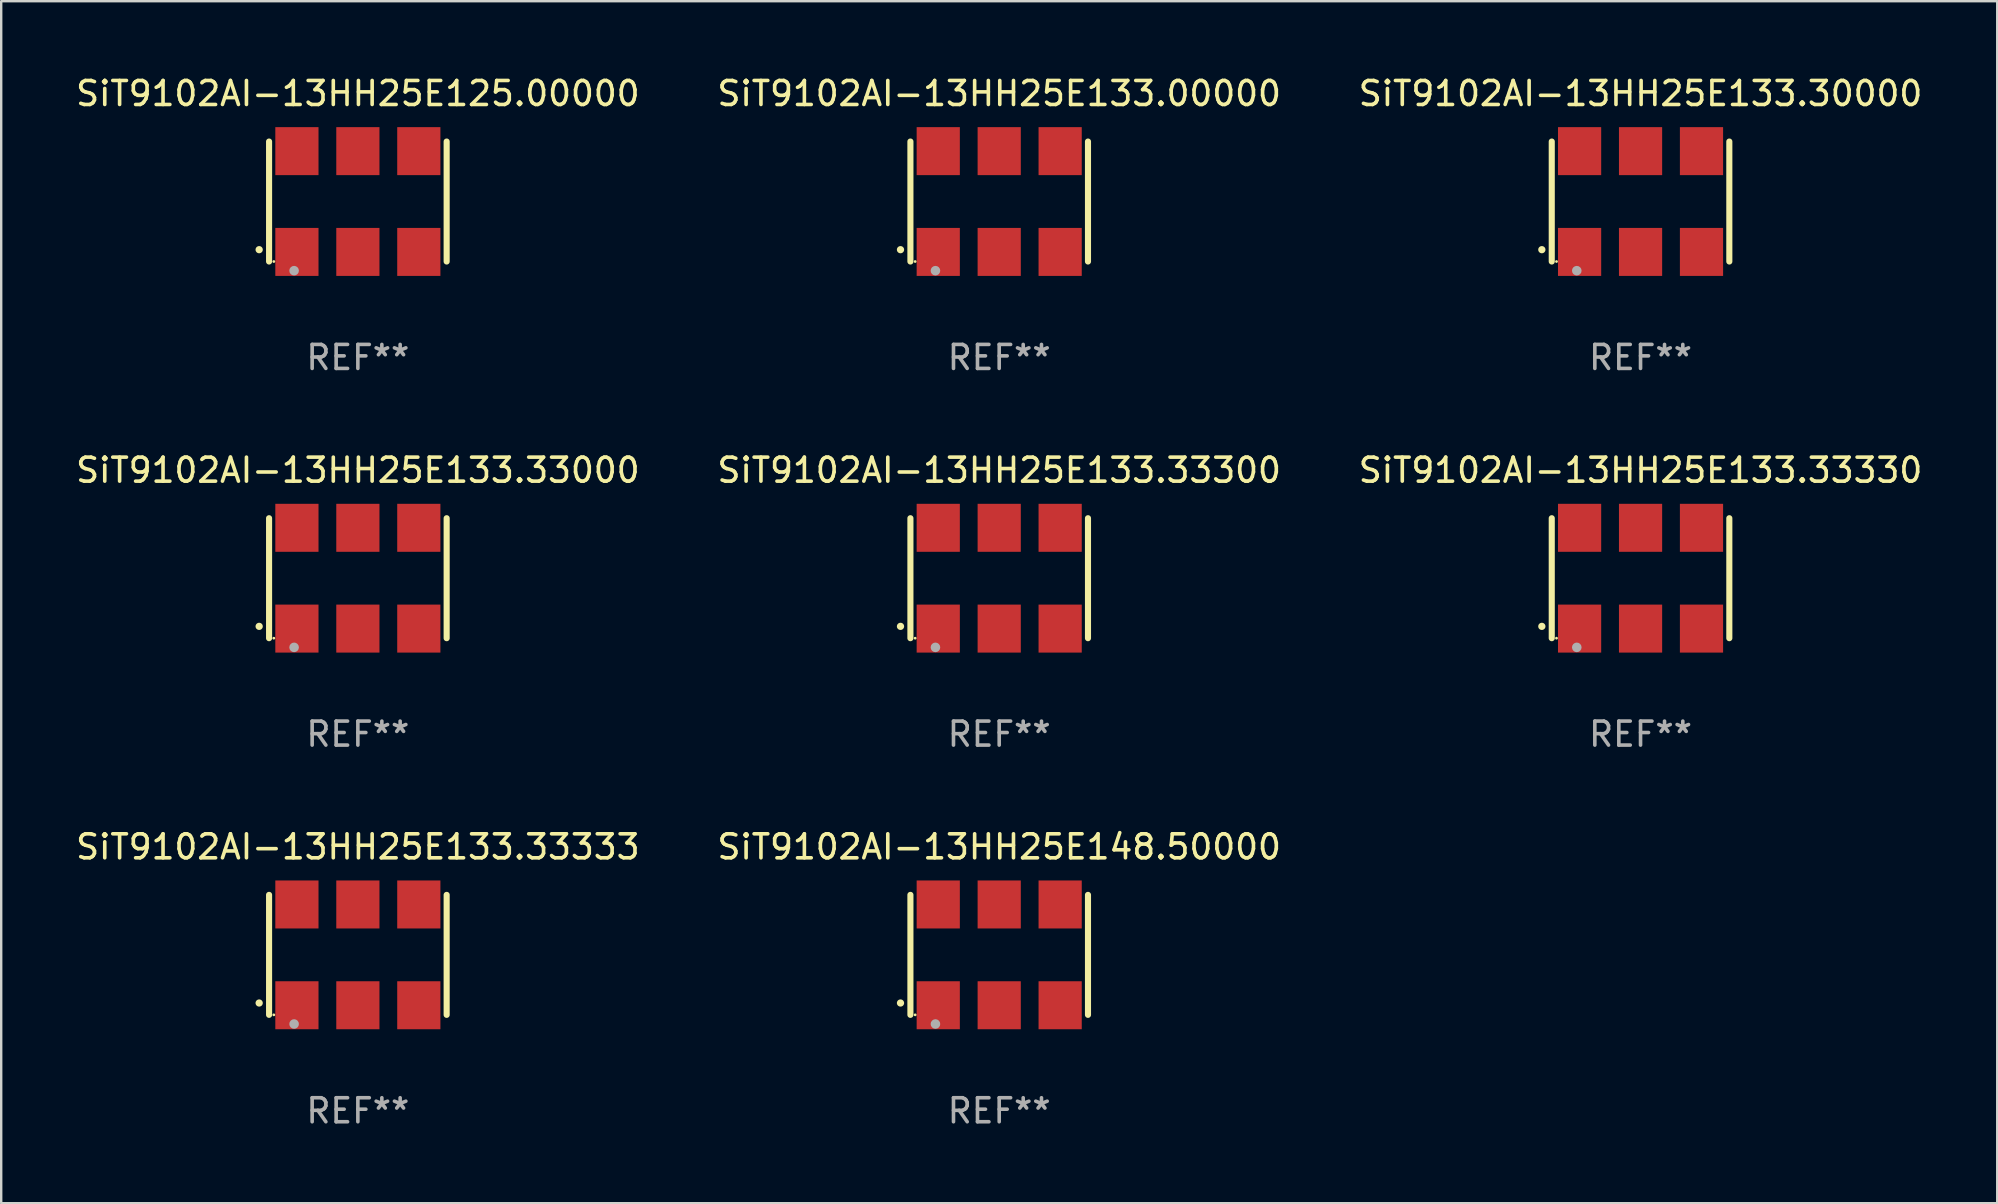
<source format=kicad_pcb>
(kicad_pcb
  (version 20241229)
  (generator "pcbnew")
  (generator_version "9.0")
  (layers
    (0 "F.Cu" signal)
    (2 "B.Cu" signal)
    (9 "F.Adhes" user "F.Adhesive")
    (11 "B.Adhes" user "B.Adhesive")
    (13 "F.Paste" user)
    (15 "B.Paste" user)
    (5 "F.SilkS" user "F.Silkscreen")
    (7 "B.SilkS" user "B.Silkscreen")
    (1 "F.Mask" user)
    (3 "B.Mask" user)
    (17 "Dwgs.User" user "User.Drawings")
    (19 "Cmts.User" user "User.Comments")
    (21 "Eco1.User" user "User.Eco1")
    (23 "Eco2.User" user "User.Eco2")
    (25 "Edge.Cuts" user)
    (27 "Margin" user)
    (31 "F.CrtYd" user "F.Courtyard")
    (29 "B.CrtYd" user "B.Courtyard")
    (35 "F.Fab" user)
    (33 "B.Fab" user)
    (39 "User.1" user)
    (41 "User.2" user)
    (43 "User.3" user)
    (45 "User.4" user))
  (footprint "SiT9102AI-13HH25E148.50000"
    (layer "F.Cu")
    (at 38.589 36.741)
    (property "Reference" "SiT9102AI-13HH25E148.50000" (at 0 -4.5 0) (layer "F.SilkS") (effects (font (size 1 1) (thickness 0.15))))
    (attr through_hole)
    (fp_line (start -3.7 -2.5) (end -3.7 2.5) (stroke (width 0.254) (type solid)) (layer "F.SilkS"))
    (fp_line (start 3.7 -2.5) (end 3.7 2.5) (stroke (width 0.254) (type solid)) (layer "F.SilkS"))
    (fp_arc (start -4.114415 2.006604) (mid -4.113145 2.006599) (end -4.111875 2.006604) (stroke (width 0.3) (type solid)) (layer "F.SilkS"))
    (fp_circle (center -3.502 2.5) (end -3.472 2.5) (stroke (width 0.06) (type solid)) (fill no) (layer "F.SilkS"))
    (fp_circle (center -2.657 2.882) (end -2.557 2.882) (stroke (width 0.2) (type solid)) (fill no) (layer "F.Fab"))
    (fp_text user "REF**" (at 0 6.5 0) (layer "F.Fab") (effects (font (size 1 1) (thickness 0.15))))
    (pad "1" smd rect (at -2.54 2.1) (size 1.8 2) (layers "F.Cu" "F.Mask" "F.Paste"))
    (pad "2" smd rect (at 0.000394 2.1) (size 1.8 2) (layers "F.Cu" "F.Mask" "F.Paste"))
    (pad "3" smd rect (at 2.54 2.1) (size 1.8 2) (layers "F.Cu" "F.Mask" "F.Paste"))
    (pad "4" smd rect (at 2.54 -2.1) (size 1.8 2) (layers "F.Cu" "F.Mask" "F.Paste"))
    (pad "5" smd rect (at 0.000394 -2.1) (size 1.8 2) (layers "F.Cu" "F.Mask" "F.Paste"))
    (pad "6" smd rect (at -2.54 -2.1) (size 1.8 2) (layers "F.Cu" "F.Mask" "F.Paste")))
  (footprint "SiT9102AI-13HH25E125.00000"
    (layer "F.Cu")
    (at 11.863 5.348)
    (property "Reference" "SiT9102AI-13HH25E125.00000" (at 0 -4.5 0) (layer "F.SilkS") (effects (font (size 1 1) (thickness 0.15))))
    (attr through_hole)
    (fp_line (start -3.7 -2.5) (end -3.7 2.5) (stroke (width 0.254) (type solid)) (layer "F.SilkS"))
    (fp_line (start 3.7 -2.5) (end 3.7 2.5) (stroke (width 0.254) (type solid)) (layer "F.SilkS"))
    (fp_arc (start -4.114415 2.006604) (mid -4.113145 2.006599) (end -4.111875 2.006604) (stroke (width 0.3) (type solid)) (layer "F.SilkS"))
    (fp_circle (center -3.502 2.5) (end -3.472 2.5) (stroke (width 0.06) (type solid)) (fill no) (layer "F.SilkS"))
    (fp_circle (center -2.657 2.882) (end -2.557 2.882) (stroke (width 0.2) (type solid)) (fill no) (layer "F.Fab"))
    (fp_text user "REF**" (at 0 6.5 0) (layer "F.Fab") (effects (font (size 1 1) (thickness 0.15))))
    (pad "1" smd rect (at -2.54 2.1) (size 1.8 2) (layers "F.Cu" "F.Mask" "F.Paste"))
    (pad "2" smd rect (at 0.000394 2.1) (size 1.8 2) (layers "F.Cu" "F.Mask" "F.Paste"))
    (pad "3" smd rect (at 2.54 2.1) (size 1.8 2) (layers "F.Cu" "F.Mask" "F.Paste"))
    (pad "4" smd rect (at 2.54 -2.1) (size 1.8 2) (layers "F.Cu" "F.Mask" "F.Paste"))
    (pad "5" smd rect (at 0.000394 -2.1) (size 1.8 2) (layers "F.Cu" "F.Mask" "F.Paste"))
    (pad "6" smd rect (at -2.54 -2.1) (size 1.8 2) (layers "F.Cu" "F.Mask" "F.Paste")))
  (footprint "SiT9102AI-13HH25E133.30000"
    (layer "F.Cu")
    (at 65.315 5.348)
    (property "Reference" "SiT9102AI-13HH25E133.30000" (at 0 -4.5 0) (layer "F.SilkS") (effects (font (size 1 1) (thickness 0.15))))
    (attr through_hole)
    (fp_line (start -3.7 -2.5) (end -3.7 2.5) (stroke (width 0.254) (type solid)) (layer "F.SilkS"))
    (fp_line (start 3.7 -2.5) (end 3.7 2.5) (stroke (width 0.254) (type solid)) (layer "F.SilkS"))
    (fp_arc (start -4.114415 2.006604) (mid -4.113145 2.006599) (end -4.111875 2.006604) (stroke (width 0.3) (type solid)) (layer "F.SilkS"))
    (fp_circle (center -3.502 2.5) (end -3.472 2.5) (stroke (width 0.06) (type solid)) (fill no) (layer "F.SilkS"))
    (fp_circle (center -2.657 2.882) (end -2.557 2.882) (stroke (width 0.2) (type solid)) (fill no) (layer "F.Fab"))
    (fp_text user "REF**" (at 0 6.5 0) (layer "F.Fab") (effects (font (size 1 1) (thickness 0.15))))
    (pad "1" smd rect (at -2.54 2.1) (size 1.8 2) (layers "F.Cu" "F.Mask" "F.Paste"))
    (pad "2" smd rect (at 0.000394 2.1) (size 1.8 2) (layers "F.Cu" "F.Mask" "F.Paste"))
    (pad "3" smd rect (at 2.54 2.1) (size 1.8 2) (layers "F.Cu" "F.Mask" "F.Paste"))
    (pad "4" smd rect (at 2.54 -2.1) (size 1.8 2) (layers "F.Cu" "F.Mask" "F.Paste"))
    (pad "5" smd rect (at 0.000394 -2.1) (size 1.8 2) (layers "F.Cu" "F.Mask" "F.Paste"))
    (pad "6" smd rect (at -2.54 -2.1) (size 1.8 2) (layers "F.Cu" "F.Mask" "F.Paste")))
  (footprint "SiT9102AI-13HH25E133.00000"
    (layer "F.Cu")
    (at 38.589 5.348)
    (property "Reference" "SiT9102AI-13HH25E133.00000" (at 0 -4.5 0) (layer "F.SilkS") (effects (font (size 1 1) (thickness 0.15))))
    (attr through_hole)
    (fp_line (start -3.7 -2.5) (end -3.7 2.5) (stroke (width 0.254) (type solid)) (layer "F.SilkS"))
    (fp_line (start 3.7 -2.5) (end 3.7 2.5) (stroke (width 0.254) (type solid)) (layer "F.SilkS"))
    (fp_arc (start -4.114415 2.006604) (mid -4.113145 2.006599) (end -4.111875 2.006604) (stroke (width 0.3) (type solid)) (layer "F.SilkS"))
    (fp_circle (center -3.502 2.5) (end -3.472 2.5) (stroke (width 0.06) (type solid)) (fill no) (layer "F.SilkS"))
    (fp_circle (center -2.657 2.882) (end -2.557 2.882) (stroke (width 0.2) (type solid)) (fill no) (layer "F.Fab"))
    (fp_text user "REF**" (at 0 6.5 0) (layer "F.Fab") (effects (font (size 1 1) (thickness 0.15))))
    (pad "1" smd rect (at -2.54 2.1) (size 1.8 2) (layers "F.Cu" "F.Mask" "F.Paste"))
    (pad "2" smd rect (at 0.000394 2.1) (size 1.8 2) (layers "F.Cu" "F.Mask" "F.Paste"))
    (pad "3" smd rect (at 2.54 2.1) (size 1.8 2) (layers "F.Cu" "F.Mask" "F.Paste"))
    (pad "4" smd rect (at 2.54 -2.1) (size 1.8 2) (layers "F.Cu" "F.Mask" "F.Paste"))
    (pad "5" smd rect (at 0.000394 -2.1) (size 1.8 2) (layers "F.Cu" "F.Mask" "F.Paste"))
    (pad "6" smd rect (at -2.54 -2.1) (size 1.8 2) (layers "F.Cu" "F.Mask" "F.Paste")))
  (footprint "SiT9102AI-13HH25E133.33000"
    (layer "F.Cu")
    (at 11.863 21.045)
    (property "Reference" "SiT9102AI-13HH25E133.33000" (at 0 -4.5 0) (layer "F.SilkS") (effects (font (size 1 1) (thickness 0.15))))
    (attr through_hole)
    (fp_line (start -3.7 -2.5) (end -3.7 2.5) (stroke (width 0.254) (type solid)) (layer "F.SilkS"))
    (fp_line (start 3.7 -2.5) (end 3.7 2.5) (stroke (width 0.254) (type solid)) (layer "F.SilkS"))
    (fp_arc (start -4.114415 2.006604) (mid -4.113145 2.006599) (end -4.111875 2.006604) (stroke (width 0.3) (type solid)) (layer "F.SilkS"))
    (fp_circle (center -3.502 2.5) (end -3.472 2.5) (stroke (width 0.06) (type solid)) (fill no) (layer "F.SilkS"))
    (fp_circle (center -2.657 2.882) (end -2.557 2.882) (stroke (width 0.2) (type solid)) (fill no) (layer "F.Fab"))
    (fp_text user "REF**" (at 0 6.5 0) (layer "F.Fab") (effects (font (size 1 1) (thickness 0.15))))
    (pad "1" smd rect (at -2.54 2.1) (size 1.8 2) (layers "F.Cu" "F.Mask" "F.Paste"))
    (pad "2" smd rect (at 0.000394 2.1) (size 1.8 2) (layers "F.Cu" "F.Mask" "F.Paste"))
    (pad "3" smd rect (at 2.54 2.1) (size 1.8 2) (layers "F.Cu" "F.Mask" "F.Paste"))
    (pad "4" smd rect (at 2.54 -2.1) (size 1.8 2) (layers "F.Cu" "F.Mask" "F.Paste"))
    (pad "5" smd rect (at 0.000394 -2.1) (size 1.8 2) (layers "F.Cu" "F.Mask" "F.Paste"))
    (pad "6" smd rect (at -2.54 -2.1) (size 1.8 2) (layers "F.Cu" "F.Mask" "F.Paste")))
  (footprint "SiT9102AI-13HH25E133.33333"
    (layer "F.Cu")
    (at 11.863 36.741)
    (property "Reference" "SiT9102AI-13HH25E133.33333" (at 0 -4.5 0) (layer "F.SilkS") (effects (font (size 1 1) (thickness 0.15))))
    (attr through_hole)
    (fp_line (start -3.7 -2.5) (end -3.7 2.5) (stroke (width 0.254) (type solid)) (layer "F.SilkS"))
    (fp_line (start 3.7 -2.5) (end 3.7 2.5) (stroke (width 0.254) (type solid)) (layer "F.SilkS"))
    (fp_arc (start -4.114415 2.006604) (mid -4.113145 2.006599) (end -4.111875 2.006604) (stroke (width 0.3) (type solid)) (layer "F.SilkS"))
    (fp_circle (center -3.502 2.5) (end -3.472 2.5) (stroke (width 0.06) (type solid)) (fill no) (layer "F.SilkS"))
    (fp_circle (center -2.657 2.882) (end -2.557 2.882) (stroke (width 0.2) (type solid)) (fill no) (layer "F.Fab"))
    (fp_text user "REF**" (at 0 6.5 0) (layer "F.Fab") (effects (font (size 1 1) (thickness 0.15))))
    (pad "1" smd rect (at -2.54 2.1) (size 1.8 2) (layers "F.Cu" "F.Mask" "F.Paste"))
    (pad "2" smd rect (at 0.000394 2.1) (size 1.8 2) (layers "F.Cu" "F.Mask" "F.Paste"))
    (pad "3" smd rect (at 2.54 2.1) (size 1.8 2) (layers "F.Cu" "F.Mask" "F.Paste"))
    (pad "4" smd rect (at 2.54 -2.1) (size 1.8 2) (layers "F.Cu" "F.Mask" "F.Paste"))
    (pad "5" smd rect (at 0.000394 -2.1) (size 1.8 2) (layers "F.Cu" "F.Mask" "F.Paste"))
    (pad "6" smd rect (at -2.54 -2.1) (size 1.8 2) (layers "F.Cu" "F.Mask" "F.Paste")))
  (footprint "SiT9102AI-13HH25E133.33300"
    (layer "F.Cu")
    (at 38.589 21.045)
    (property "Reference" "SiT9102AI-13HH25E133.33300" (at 0 -4.5 0) (layer "F.SilkS") (effects (font (size 1 1) (thickness 0.15))))
    (attr through_hole)
    (fp_line (start -3.7 -2.5) (end -3.7 2.5) (stroke (width 0.254) (type solid)) (layer "F.SilkS"))
    (fp_line (start 3.7 -2.5) (end 3.7 2.5) (stroke (width 0.254) (type solid)) (layer "F.SilkS"))
    (fp_arc (start -4.114415 2.006604) (mid -4.113145 2.006599) (end -4.111875 2.006604) (stroke (width 0.3) (type solid)) (layer "F.SilkS"))
    (fp_circle (center -3.502 2.5) (end -3.472 2.5) (stroke (width 0.06) (type solid)) (fill no) (layer "F.SilkS"))
    (fp_circle (center -2.657 2.882) (end -2.557 2.882) (stroke (width 0.2) (type solid)) (fill no) (layer "F.Fab"))
    (fp_text user "REF**" (at 0 6.5 0) (layer "F.Fab") (effects (font (size 1 1) (thickness 0.15))))
    (pad "1" smd rect (at -2.54 2.1) (size 1.8 2) (layers "F.Cu" "F.Mask" "F.Paste"))
    (pad "2" smd rect (at 0.000394 2.1) (size 1.8 2) (layers "F.Cu" "F.Mask" "F.Paste"))
    (pad "3" smd rect (at 2.54 2.1) (size 1.8 2) (layers "F.Cu" "F.Mask" "F.Paste"))
    (pad "4" smd rect (at 2.54 -2.1) (size 1.8 2) (layers "F.Cu" "F.Mask" "F.Paste"))
    (pad "5" smd rect (at 0.000394 -2.1) (size 1.8 2) (layers "F.Cu" "F.Mask" "F.Paste"))
    (pad "6" smd rect (at -2.54 -2.1) (size 1.8 2) (layers "F.Cu" "F.Mask" "F.Paste")))
  (footprint "SiT9102AI-13HH25E133.33330"
    (layer "F.Cu")
    (at 65.315 21.045)
    (property "Reference" "SiT9102AI-13HH25E133.33330" (at 0 -4.5 0) (layer "F.SilkS") (effects (font (size 1 1) (thickness 0.15))))
    (attr through_hole)
    (fp_line (start -3.7 -2.5) (end -3.7 2.5) (stroke (width 0.254) (type solid)) (layer "F.SilkS"))
    (fp_line (start 3.7 -2.5) (end 3.7 2.5) (stroke (width 0.254) (type solid)) (layer "F.SilkS"))
    (fp_arc (start -4.114415 2.006604) (mid -4.113145 2.006599) (end -4.111875 2.006604) (stroke (width 0.3) (type solid)) (layer "F.SilkS"))
    (fp_circle (center -3.502 2.5) (end -3.472 2.5) (stroke (width 0.06) (type solid)) (fill no) (layer "F.SilkS"))
    (fp_circle (center -2.657 2.882) (end -2.557 2.882) (stroke (width 0.2) (type solid)) (fill no) (layer "F.Fab"))
    (fp_text user "REF**" (at 0 6.5 0) (layer "F.Fab") (effects (font (size 1 1) (thickness 0.15))))
    (pad "1" smd rect (at -2.54 2.1) (size 1.8 2) (layers "F.Cu" "F.Mask" "F.Paste"))
    (pad "2" smd rect (at 0.000394 2.1) (size 1.8 2) (layers "F.Cu" "F.Mask" "F.Paste"))
    (pad "3" smd rect (at 2.54 2.1) (size 1.8 2) (layers "F.Cu" "F.Mask" "F.Paste"))
    (pad "4" smd rect (at 2.54 -2.1) (size 1.8 2) (layers "F.Cu" "F.Mask" "F.Paste"))
    (pad "5" smd rect (at 0.000394 -2.1) (size 1.8 2) (layers "F.Cu" "F.Mask" "F.Paste"))
    (pad "6" smd rect (at -2.54 -2.1) (size 1.8 2) (layers "F.Cu" "F.Mask" "F.Paste")))
  (gr_rect
    (start -3 -3)
    (end 80.179 47.09)
    (stroke (width 0.1) (type default))
    (fill no)
    (layer "Edge.Cuts")))
</source>
